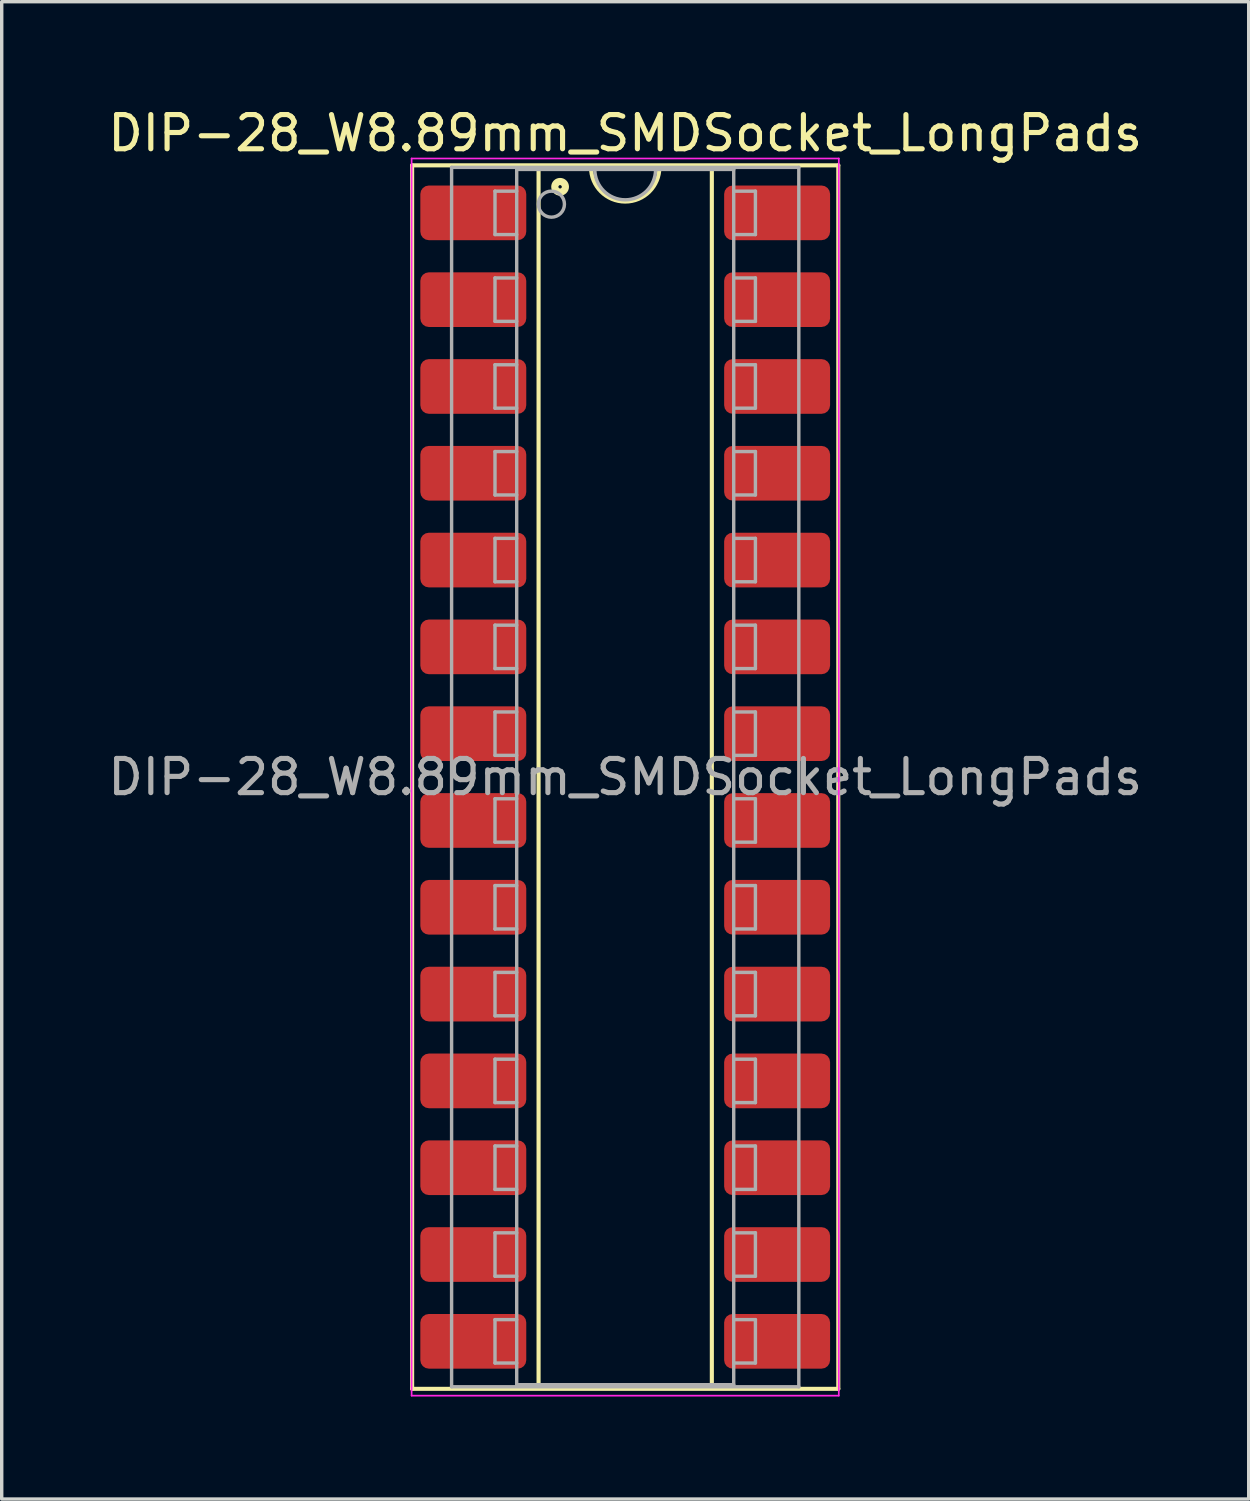
<source format=kicad_pcb>
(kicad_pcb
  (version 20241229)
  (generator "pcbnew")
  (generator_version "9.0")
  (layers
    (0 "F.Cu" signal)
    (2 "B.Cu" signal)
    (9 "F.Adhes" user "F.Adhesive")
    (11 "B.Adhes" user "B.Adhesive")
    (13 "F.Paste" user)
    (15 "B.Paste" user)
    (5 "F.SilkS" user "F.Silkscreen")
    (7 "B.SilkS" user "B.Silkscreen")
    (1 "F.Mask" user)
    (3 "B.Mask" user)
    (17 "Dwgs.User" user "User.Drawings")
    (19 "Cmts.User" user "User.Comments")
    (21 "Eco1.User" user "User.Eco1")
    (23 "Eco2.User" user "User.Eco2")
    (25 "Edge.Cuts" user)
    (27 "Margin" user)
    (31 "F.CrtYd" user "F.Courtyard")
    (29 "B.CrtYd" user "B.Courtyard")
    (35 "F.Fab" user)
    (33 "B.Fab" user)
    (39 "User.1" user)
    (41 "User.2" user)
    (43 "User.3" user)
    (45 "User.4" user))
  (footprint "DIP-28_W8.89mm_SMDSocket_LongPads"
    (layer "F.Cu")
    (at 15.244 19.688)
    (property "Reference" "DIP-28_W8.89mm_SMDSocket_LongPads" (at 0 -18.84 0) (layer "F.SilkS") (effects (font (size 1 1) (thickness 0.15))))
    (attr smd)
    (fp_line (start -6.235 -17.9) (end -6.235 17.9) (stroke (width 0.12) (type solid)) (layer "F.SilkS"))
    (fp_line (start -6.235 17.9) (end 6.235 17.9) (stroke (width 0.12) (type solid)) (layer "F.SilkS"))
    (fp_line (start -2.535 -17.84) (end -2.535 17.84) (stroke (width 0.12) (type solid)) (layer "F.SilkS"))
    (fp_line (start -2.535 17.84) (end 2.535 17.84) (stroke (width 0.12) (type solid)) (layer "F.SilkS"))
    (fp_line (start -1 -17.84) (end -2.535 -17.84) (stroke (width 0.12) (type solid)) (layer "F.SilkS"))
    (fp_line (start 2.535 -17.84) (end 1 -17.84) (stroke (width 0.12) (type solid)) (layer "F.SilkS"))
    (fp_line (start 2.535 17.84) (end 2.535 -17.84) (stroke (width 0.12) (type solid)) (layer "F.SilkS"))
    (fp_line (start 6.235 -17.9) (end -6.235 -17.9) (stroke (width 0.12) (type solid)) (layer "F.SilkS"))
    (fp_line (start 6.235 17.9) (end 6.235 -17.9) (stroke (width 0.12) (type solid)) (layer "F.SilkS"))
    (fp_arc (start 1 -17.84) (mid 0 -16.84) (end -1 -17.84) (stroke (width 0.12) (type solid)) (layer "F.SilkS"))
    (fp_circle (center -1.905 -17.272) (end -1.855 -17.272) (stroke (width 0.12) (type solid)) (fill no) (layer "F.SilkS"))
    (fp_circle (center -1.905 -17.272) (end -1.78 -17.272) (stroke (width 0.12) (type solid)) (fill no) (layer "F.SilkS"))
    (fp_circle (center -1.905 -17.272) (end -1.705 -17.272) (stroke (width 0.12) (type solid)) (fill no) (layer "F.SilkS"))
    (fp_line (start -6.25 -18.1) (end -6.25 18.1) (stroke (width 0.05) (type solid)) (layer "F.CrtYd"))
    (fp_line (start -6.25 18.1) (end 6.25 18.1) (stroke (width 0.05) (type solid)) (layer "F.CrtYd"))
    (fp_line (start 6.25 -18.1) (end -6.25 -18.1) (stroke (width 0.05) (type solid)) (layer "F.CrtYd"))
    (fp_line (start 6.25 18.1) (end 6.25 -18.1) (stroke (width 0.05) (type solid)) (layer "F.CrtYd"))
    (fp_line (start -5.08 -17.84) (end -5.08 17.84) (stroke (width 0.1) (type solid)) (layer "F.Fab"))
    (fp_line (start -5.08 17.84) (end 5.08 17.84) (stroke (width 0.1) (type solid)) (layer "F.Fab"))
    (fp_line (start -3.81 -17.145) (end -3.81 -15.875) (stroke (width 0.1) (type solid)) (layer "F.Fab"))
    (fp_line (start -3.81 -17.145) (end -3.175 -17.145) (stroke (width 0.1) (type solid)) (layer "F.Fab"))
    (fp_line (start -3.81 -15.875) (end -3.175 -15.875) (stroke (width 0.1) (type solid)) (layer "F.Fab"))
    (fp_line (start -3.81 -14.605) (end -3.81 -13.335) (stroke (width 0.1) (type solid)) (layer "F.Fab"))
    (fp_line (start -3.81 -14.605) (end -3.175 -14.605) (stroke (width 0.1) (type solid)) (layer "F.Fab"))
    (fp_line (start -3.81 -13.335) (end -3.175 -13.335) (stroke (width 0.1) (type solid)) (layer "F.Fab"))
    (fp_line (start -3.81 -12.065) (end -3.81 -10.795) (stroke (width 0.1) (type solid)) (layer "F.Fab"))
    (fp_line (start -3.81 -12.065) (end -3.175 -12.065) (stroke (width 0.1) (type solid)) (layer "F.Fab"))
    (fp_line (start -3.81 -10.795) (end -3.175 -10.795) (stroke (width 0.1) (type solid)) (layer "F.Fab"))
    (fp_line (start -3.81 -9.525) (end -3.81 -8.255) (stroke (width 0.1) (type solid)) (layer "F.Fab"))
    (fp_line (start -3.81 -9.525) (end -3.175 -9.525) (stroke (width 0.1) (type solid)) (layer "F.Fab"))
    (fp_line (start -3.81 -8.255) (end -3.175 -8.255) (stroke (width 0.1) (type solid)) (layer "F.Fab"))
    (fp_line (start -3.81 -6.985) (end -3.81 -5.715) (stroke (width 0.1) (type solid)) (layer "F.Fab"))
    (fp_line (start -3.81 -6.985) (end -3.175 -6.985) (stroke (width 0.1) (type solid)) (layer "F.Fab"))
    (fp_line (start -3.81 -5.715) (end -3.175 -5.715) (stroke (width 0.1) (type solid)) (layer "F.Fab"))
    (fp_line (start -3.81 -4.445) (end -3.81 -3.175) (stroke (width 0.1) (type solid)) (layer "F.Fab"))
    (fp_line (start -3.81 -4.445) (end -3.175 -4.445) (stroke (width 0.1) (type solid)) (layer "F.Fab"))
    (fp_line (start -3.81 -3.175) (end -3.175 -3.175) (stroke (width 0.1) (type solid)) (layer "F.Fab"))
    (fp_line (start -3.81 -1.905) (end -3.81 -0.635) (stroke (width 0.1) (type solid)) (layer "F.Fab"))
    (fp_line (start -3.81 -1.905) (end -3.175 -1.905) (stroke (width 0.1) (type solid)) (layer "F.Fab"))
    (fp_line (start -3.81 -0.635) (end -3.175 -0.635) (stroke (width 0.1) (type solid)) (layer "F.Fab"))
    (fp_line (start -3.81 0.635) (end -3.81 1.905) (stroke (width 0.1) (type solid)) (layer "F.Fab"))
    (fp_line (start -3.81 0.635) (end -3.175 0.635) (stroke (width 0.1) (type solid)) (layer "F.Fab"))
    (fp_line (start -3.81 1.905) (end -3.175 1.905) (stroke (width 0.1) (type solid)) (layer "F.Fab"))
    (fp_line (start -3.81 3.175) (end -3.81 4.445) (stroke (width 0.1) (type solid)) (layer "F.Fab"))
    (fp_line (start -3.81 3.175) (end -3.175 3.175) (stroke (width 0.1) (type solid)) (layer "F.Fab"))
    (fp_line (start -3.81 4.445) (end -3.175 4.445) (stroke (width 0.1) (type solid)) (layer "F.Fab"))
    (fp_line (start -3.81 5.715) (end -3.81 6.985) (stroke (width 0.1) (type solid)) (layer "F.Fab"))
    (fp_line (start -3.81 5.715) (end -3.175 5.715) (stroke (width 0.1) (type solid)) (layer "F.Fab"))
    (fp_line (start -3.81 6.985) (end -3.175 6.985) (stroke (width 0.1) (type solid)) (layer "F.Fab"))
    (fp_line (start -3.81 8.255) (end -3.81 9.525) (stroke (width 0.1) (type solid)) (layer "F.Fab"))
    (fp_line (start -3.81 8.255) (end -3.175 8.255) (stroke (width 0.1) (type solid)) (layer "F.Fab"))
    (fp_line (start -3.81 9.525) (end -3.175 9.525) (stroke (width 0.1) (type solid)) (layer "F.Fab"))
    (fp_line (start -3.81 10.795) (end -3.81 12.065) (stroke (width 0.1) (type solid)) (layer "F.Fab"))
    (fp_line (start -3.81 10.795) (end -3.175 10.795) (stroke (width 0.1) (type solid)) (layer "F.Fab"))
    (fp_line (start -3.81 12.065) (end -3.175 12.065) (stroke (width 0.1) (type solid)) (layer "F.Fab"))
    (fp_line (start -3.81 13.335) (end -3.81 14.605) (stroke (width 0.1) (type solid)) (layer "F.Fab"))
    (fp_line (start -3.81 13.335) (end -3.175 13.335) (stroke (width 0.1) (type solid)) (layer "F.Fab"))
    (fp_line (start -3.81 14.605) (end -3.175 14.605) (stroke (width 0.1) (type solid)) (layer "F.Fab"))
    (fp_line (start -3.81 15.875) (end -3.81 17.145) (stroke (width 0.1) (type solid)) (layer "F.Fab"))
    (fp_line (start -3.81 15.875) (end -3.175 15.875) (stroke (width 0.1) (type solid)) (layer "F.Fab"))
    (fp_line (start -3.81 17.145) (end -3.175 17.145) (stroke (width 0.1) (type solid)) (layer "F.Fab"))
    (fp_line (start -3.175 -17.78) (end 3.175 -17.78) (stroke (width 0.1) (type solid)) (layer "F.Fab"))
    (fp_line (start -3.175 17.78) (end -3.175 -17.78) (stroke (width 0.1) (type solid)) (layer "F.Fab"))
    (fp_line (start 3.175 -17.78) (end 3.175 17.78) (stroke (width 0.1) (type solid)) (layer "F.Fab"))
    (fp_line (start 3.175 17.78) (end -3.175 17.78) (stroke (width 0.1) (type solid)) (layer "F.Fab"))
    (fp_line (start 3.81 -17.145) (end 3.175 -17.145) (stroke (width 0.1) (type solid)) (layer "F.Fab"))
    (fp_line (start 3.81 -15.875) (end 3.175 -15.875) (stroke (width 0.1) (type solid)) (layer "F.Fab"))
    (fp_line (start 3.81 -15.875) (end 3.81 -17.145) (stroke (width 0.1) (type solid)) (layer "F.Fab"))
    (fp_line (start 3.81 -14.605) (end 3.175 -14.605) (stroke (width 0.1) (type solid)) (layer "F.Fab"))
    (fp_line (start 3.81 -13.335) (end 3.175 -13.335) (stroke (width 0.1) (type solid)) (layer "F.Fab"))
    (fp_line (start 3.81 -13.335) (end 3.81 -14.605) (stroke (width 0.1) (type solid)) (layer "F.Fab"))
    (fp_line (start 3.81 -12.065) (end 3.175 -12.065) (stroke (width 0.1) (type solid)) (layer "F.Fab"))
    (fp_line (start 3.81 -10.795) (end 3.175 -10.795) (stroke (width 0.1) (type solid)) (layer "F.Fab"))
    (fp_line (start 3.81 -10.795) (end 3.81 -12.065) (stroke (width 0.1) (type solid)) (layer "F.Fab"))
    (fp_line (start 3.81 -9.525) (end 3.175 -9.525) (stroke (width 0.1) (type solid)) (layer "F.Fab"))
    (fp_line (start 3.81 -8.255) (end 3.175 -8.255) (stroke (width 0.1) (type solid)) (layer "F.Fab"))
    (fp_line (start 3.81 -8.255) (end 3.81 -9.525) (stroke (width 0.1) (type solid)) (layer "F.Fab"))
    (fp_line (start 3.81 -6.985) (end 3.175 -6.985) (stroke (width 0.1) (type solid)) (layer "F.Fab"))
    (fp_line (start 3.81 -5.715) (end 3.175 -5.715) (stroke (width 0.1) (type solid)) (layer "F.Fab"))
    (fp_line (start 3.81 -5.715) (end 3.81 -6.985) (stroke (width 0.1) (type solid)) (layer "F.Fab"))
    (fp_line (start 3.81 -4.445) (end 3.175 -4.445) (stroke (width 0.1) (type solid)) (layer "F.Fab"))
    (fp_line (start 3.81 -3.175) (end 3.175 -3.175) (stroke (width 0.1) (type solid)) (layer "F.Fab"))
    (fp_line (start 3.81 -3.175) (end 3.81 -4.445) (stroke (width 0.1) (type solid)) (layer "F.Fab"))
    (fp_line (start 3.81 -1.905) (end 3.175 -1.905) (stroke (width 0.1) (type solid)) (layer "F.Fab"))
    (fp_line (start 3.81 -0.635) (end 3.175 -0.635) (stroke (width 0.1) (type solid)) (layer "F.Fab"))
    (fp_line (start 3.81 -0.635) (end 3.81 -1.905) (stroke (width 0.1) (type solid)) (layer "F.Fab"))
    (fp_line (start 3.81 0.635) (end 3.175 0.635) (stroke (width 0.1) (type solid)) (layer "F.Fab"))
    (fp_line (start 3.81 1.905) (end 3.175 1.905) (stroke (width 0.1) (type solid)) (layer "F.Fab"))
    (fp_line (start 3.81 1.905) (end 3.81 0.635) (stroke (width 0.1) (type solid)) (layer "F.Fab"))
    (fp_line (start 3.81 3.175) (end 3.175 3.175) (stroke (width 0.1) (type solid)) (layer "F.Fab"))
    (fp_line (start 3.81 4.445) (end 3.175 4.445) (stroke (width 0.1) (type solid)) (layer "F.Fab"))
    (fp_line (start 3.81 4.445) (end 3.81 3.175) (stroke (width 0.1) (type solid)) (layer "F.Fab"))
    (fp_line (start 3.81 5.715) (end 3.175 5.715) (stroke (width 0.1) (type solid)) (layer "F.Fab"))
    (fp_line (start 3.81 6.985) (end 3.175 6.985) (stroke (width 0.1) (type solid)) (layer "F.Fab"))
    (fp_line (start 3.81 6.985) (end 3.81 5.715) (stroke (width 0.1) (type solid)) (layer "F.Fab"))
    (fp_line (start 3.81 8.255) (end 3.175 8.255) (stroke (width 0.1) (type solid)) (layer "F.Fab"))
    (fp_line (start 3.81 9.525) (end 3.175 9.525) (stroke (width 0.1) (type solid)) (layer "F.Fab"))
    (fp_line (start 3.81 9.525) (end 3.81 8.255) (stroke (width 0.1) (type solid)) (layer "F.Fab"))
    (fp_line (start 3.81 10.795) (end 3.175 10.795) (stroke (width 0.1) (type solid)) (layer "F.Fab"))
    (fp_line (start 3.81 12.065) (end 3.175 12.065) (stroke (width 0.1) (type solid)) (layer "F.Fab"))
    (fp_line (start 3.81 12.065) (end 3.81 10.795) (stroke (width 0.1) (type solid)) (layer "F.Fab"))
    (fp_line (start 3.81 13.335) (end 3.175 13.335) (stroke (width 0.1) (type solid)) (layer "F.Fab"))
    (fp_line (start 3.81 14.605) (end 3.175 14.605) (stroke (width 0.1) (type solid)) (layer "F.Fab"))
    (fp_line (start 3.81 14.605) (end 3.81 13.335) (stroke (width 0.1) (type solid)) (layer "F.Fab"))
    (fp_line (start 3.81 15.875) (end 3.175 15.875) (stroke (width 0.1) (type solid)) (layer "F.Fab"))
    (fp_line (start 3.81 17.145) (end 3.175 17.145) (stroke (width 0.1) (type solid)) (layer "F.Fab"))
    (fp_line (start 3.81 17.145) (end 3.81 15.875) (stroke (width 0.1) (type solid)) (layer "F.Fab"))
    (fp_line (start 5.08 -17.84) (end -5.08 -17.84) (stroke (width 0.1) (type solid)) (layer "F.Fab"))
    (fp_line (start 5.08 17.84) (end 5.08 -17.84) (stroke (width 0.1) (type solid)) (layer "F.Fab"))
    (fp_arc (start 0.889 -17.78) (mid 0 -16.891) (end -0.889 -17.78) (stroke (width 0.1) (type solid)) (layer "F.Fab"))
    (fp_circle (center -2.159 -16.764) (end -1.778 -16.764) (stroke (width 0.1) (type solid)) (fill no) (layer "F.Fab"))
    (fp_text user "${REFERENCE}" (at 0 0 0) (layer "F.Fab") (effects (font (size 1 1) (thickness 0.15))))
    (pad "1" smd roundrect (at -4.445 -16.51) (size 3.1 1.6) (layers "F.Cu" "F.Mask" "F.Paste") (roundrect_rratio 0.156))
    (pad "2" smd roundrect (at -4.445 -13.97) (size 3.1 1.6) (layers "F.Cu" "F.Mask" "F.Paste") (roundrect_rratio 0.156))
    (pad "3" smd roundrect (at -4.445 -11.43) (size 3.1 1.6) (layers "F.Cu" "F.Mask" "F.Paste") (roundrect_rratio 0.156))
    (pad "4" smd roundrect (at -4.445 -8.89) (size 3.1 1.6) (layers "F.Cu" "F.Mask" "F.Paste") (roundrect_rratio 0.156))
    (pad "5" smd roundrect (at -4.445 -6.35) (size 3.1 1.6) (layers "F.Cu" "F.Mask" "F.Paste") (roundrect_rratio 0.156))
    (pad "6" smd roundrect (at -4.445 -3.81) (size 3.1 1.6) (layers "F.Cu" "F.Mask" "F.Paste") (roundrect_rratio 0.156))
    (pad "7" smd roundrect (at -4.445 -1.27) (size 3.1 1.6) (layers "F.Cu" "F.Mask" "F.Paste") (roundrect_rratio 0.156))
    (pad "8" smd roundrect (at -4.445 1.27) (size 3.1 1.6) (layers "F.Cu" "F.Mask" "F.Paste") (roundrect_rratio 0.156))
    (pad "9" smd roundrect (at -4.445 3.81) (size 3.1 1.6) (layers "F.Cu" "F.Mask" "F.Paste") (roundrect_rratio 0.156))
    (pad "10" smd roundrect (at -4.445 6.35) (size 3.1 1.6) (layers "F.Cu" "F.Mask" "F.Paste") (roundrect_rratio 0.156))
    (pad "11" smd roundrect (at -4.445 8.89) (size 3.1 1.6) (layers "F.Cu" "F.Mask" "F.Paste") (roundrect_rratio 0.156))
    (pad "12" smd roundrect (at -4.445 11.43) (size 3.1 1.6) (layers "F.Cu" "F.Mask" "F.Paste") (roundrect_rratio 0.156))
    (pad "13" smd roundrect (at -4.445 13.97) (size 3.1 1.6) (layers "F.Cu" "F.Mask" "F.Paste") (roundrect_rratio 0.156))
    (pad "14" smd roundrect (at -4.445 16.51) (size 3.1 1.6) (layers "F.Cu" "F.Mask" "F.Paste") (roundrect_rratio 0.156))
    (pad "15" smd roundrect (at 4.445 16.51) (size 3.1 1.6) (layers "F.Cu" "F.Mask" "F.Paste") (roundrect_rratio 0.156))
    (pad "16" smd roundrect (at 4.445 13.97) (size 3.1 1.6) (layers "F.Cu" "F.Mask" "F.Paste") (roundrect_rratio 0.156))
    (pad "17" smd roundrect (at 4.445 11.43) (size 3.1 1.6) (layers "F.Cu" "F.Mask" "F.Paste") (roundrect_rratio 0.156))
    (pad "18" smd roundrect (at 4.445 8.89) (size 3.1 1.6) (layers "F.Cu" "F.Mask" "F.Paste") (roundrect_rratio 0.156))
    (pad "19" smd roundrect (at 4.445 6.35) (size 3.1 1.6) (layers "F.Cu" "F.Mask" "F.Paste") (roundrect_rratio 0.156))
    (pad "20" smd roundrect (at 4.445 3.81) (size 3.1 1.6) (layers "F.Cu" "F.Mask" "F.Paste") (roundrect_rratio 0.156))
    (pad "21" smd roundrect (at 4.445 1.27) (size 3.1 1.6) (layers "F.Cu" "F.Mask" "F.Paste") (roundrect_rratio 0.156))
    (pad "22" smd roundrect (at 4.445 -1.27) (size 3.1 1.6) (layers "F.Cu" "F.Mask" "F.Paste") (roundrect_rratio 0.156))
    (pad "23" smd roundrect (at 4.445 -3.81) (size 3.1 1.6) (layers "F.Cu" "F.Mask" "F.Paste") (roundrect_rratio 0.156))
    (pad "24" smd roundrect (at 4.445 -6.35) (size 3.1 1.6) (layers "F.Cu" "F.Mask" "F.Paste") (roundrect_rratio 0.156))
    (pad "25" smd roundrect (at 4.445 -8.89) (size 3.1 1.6) (layers "F.Cu" "F.Mask" "F.Paste") (roundrect_rratio 0.156))
    (pad "26" smd roundrect (at 4.445 -11.43) (size 3.1 1.6) (layers "F.Cu" "F.Mask" "F.Paste") (roundrect_rratio 0.156))
    (pad "27" smd roundrect (at 4.445 -13.97) (size 3.1 1.6) (layers "F.Cu" "F.Mask" "F.Paste") (roundrect_rratio 0.156))
    (pad "28" smd roundrect (at 4.445 -16.51) (size 3.1 1.6) (layers "F.Cu" "F.Mask" "F.Paste") (roundrect_rratio 0.156)))
  (gr_rect
    (start -3 -3)
    (end 33.488 40.813)
    (stroke (width 0.1) (type default))
    (fill no)
    (layer "Edge.Cuts")))
</source>
